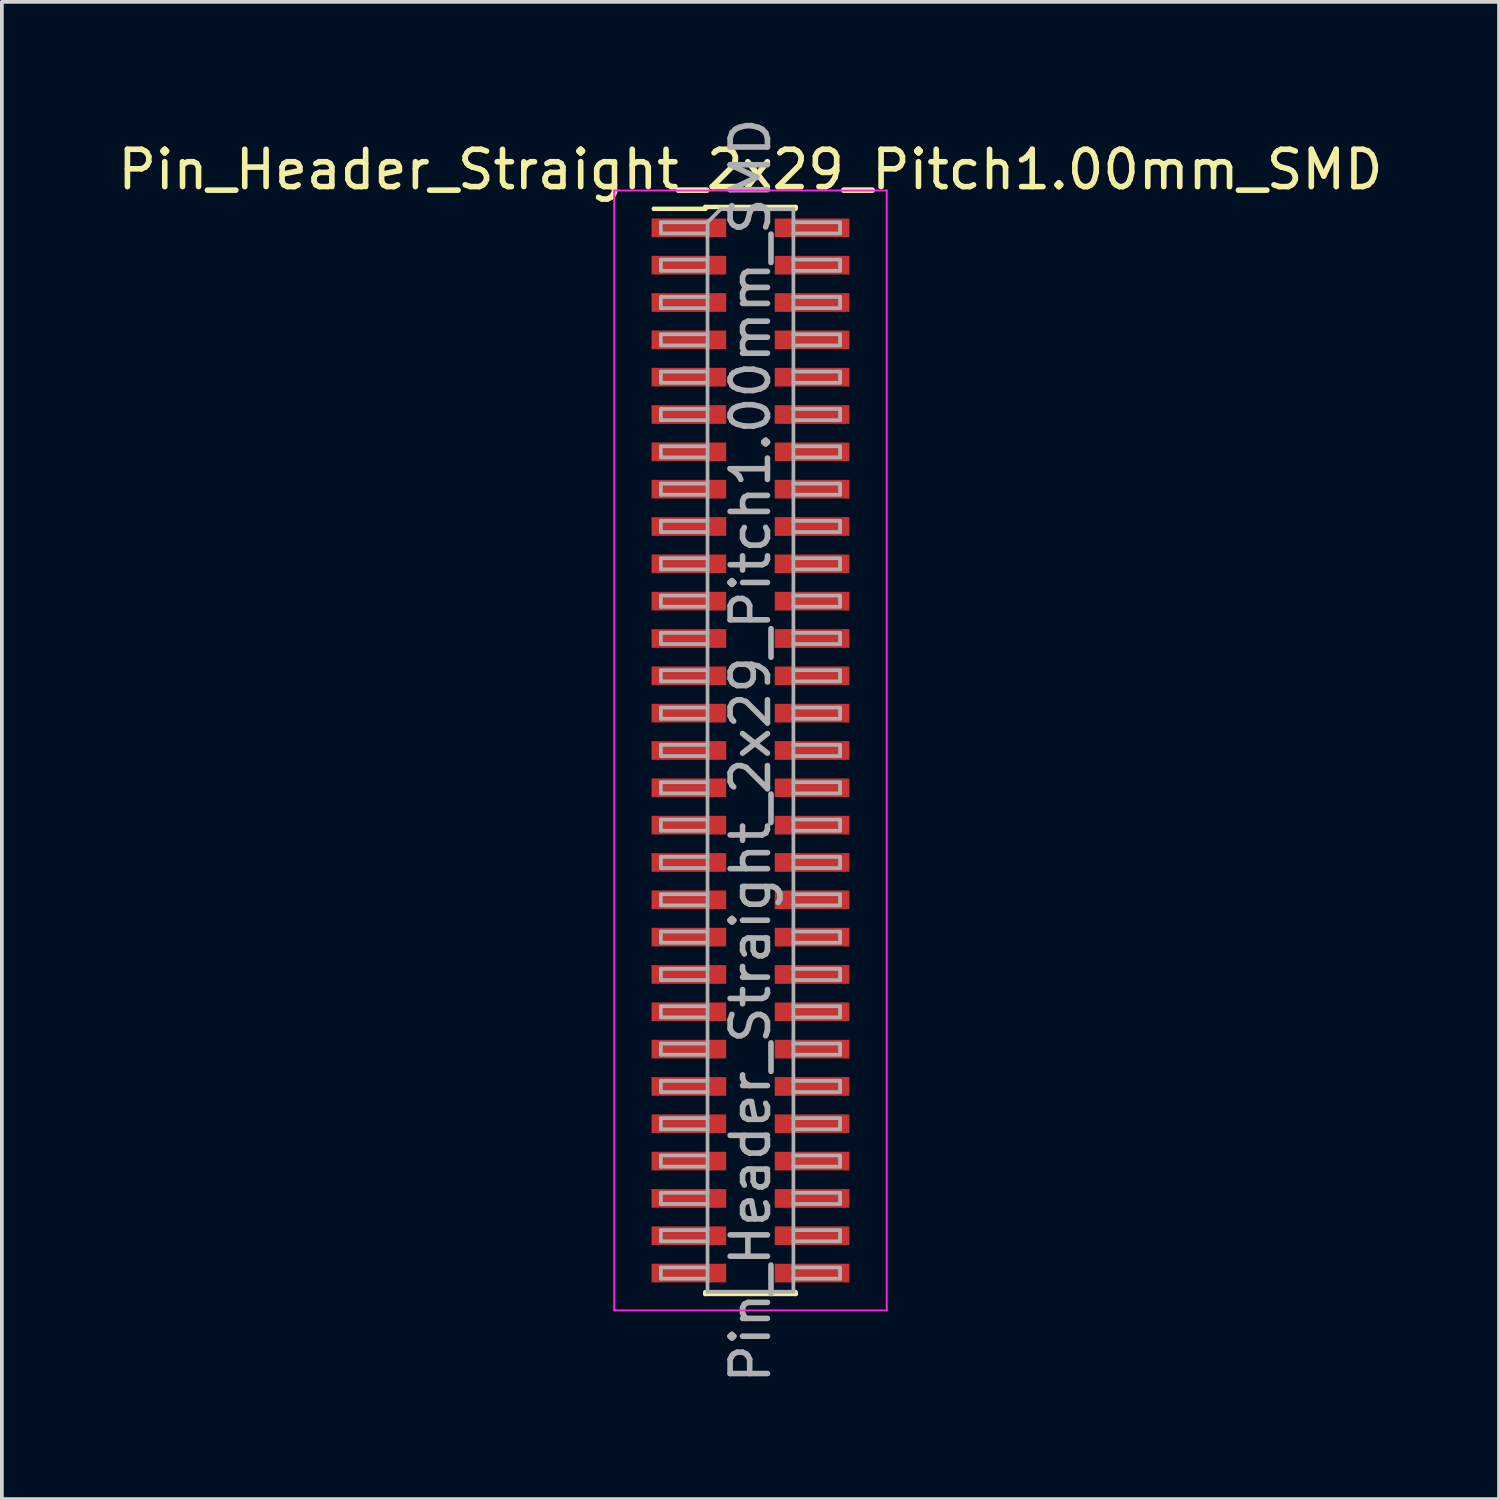
<source format=kicad_pcb>
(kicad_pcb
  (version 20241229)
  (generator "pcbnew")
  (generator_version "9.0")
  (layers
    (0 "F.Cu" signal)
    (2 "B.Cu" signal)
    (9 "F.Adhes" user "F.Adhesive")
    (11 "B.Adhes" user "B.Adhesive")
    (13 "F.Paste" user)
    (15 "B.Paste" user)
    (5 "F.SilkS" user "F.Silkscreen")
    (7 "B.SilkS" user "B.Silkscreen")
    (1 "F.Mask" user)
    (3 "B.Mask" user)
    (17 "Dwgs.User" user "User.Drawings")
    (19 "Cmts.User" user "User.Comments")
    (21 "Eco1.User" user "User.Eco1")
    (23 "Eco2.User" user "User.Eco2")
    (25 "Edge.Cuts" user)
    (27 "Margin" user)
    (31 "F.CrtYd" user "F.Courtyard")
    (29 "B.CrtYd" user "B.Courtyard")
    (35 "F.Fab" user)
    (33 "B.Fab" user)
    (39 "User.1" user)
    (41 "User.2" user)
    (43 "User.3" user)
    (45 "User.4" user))
  (footprint "Pin_Header_Straight_2x29_Pitch1.00mm_SMD"
    (layer "F.Cu")
    (at 17.054 17.054)
    (property "Reference" "Pin_Header_Straight_2x29_Pitch1.00mm_SMD" (at 0 -15.56 0) (layer "F.SilkS") (effects (font (size 1 1) (thickness 0.15))))
    (attr smd)
    (fp_line (start -2.59 -14.51) (end -1.21 -14.51) (stroke (width 0.12) (type solid)) (layer "F.SilkS"))
    (fp_line (start -1.21 -14.56) (end -1.21 -14.51) (stroke (width 0.12) (type solid)) (layer "F.SilkS"))
    (fp_line (start -1.21 -14.56) (end 1.21 -14.56) (stroke (width 0.12) (type solid)) (layer "F.SilkS"))
    (fp_line (start -1.21 14.51) (end -1.21 14.56) (stroke (width 0.12) (type solid)) (layer "F.SilkS"))
    (fp_line (start -1.21 14.56) (end 1.21 14.56) (stroke (width 0.12) (type solid)) (layer "F.SilkS"))
    (fp_line (start 1.21 -14.56) (end 1.21 -14.51) (stroke (width 0.12) (type solid)) (layer "F.SilkS"))
    (fp_line (start 1.21 14.51) (end 1.21 14.56) (stroke (width 0.12) (type solid)) (layer "F.SilkS"))
    (fp_line (start -3.65 -15) (end -3.65 15) (stroke (width 0.05) (type solid)) (layer "F.CrtYd"))
    (fp_line (start -3.65 15) (end 3.65 15) (stroke (width 0.05) (type solid)) (layer "F.CrtYd"))
    (fp_line (start 3.65 -15) (end -3.65 -15) (stroke (width 0.05) (type solid)) (layer "F.CrtYd"))
    (fp_line (start 3.65 15) (end 3.65 -15) (stroke (width 0.05) (type solid)) (layer "F.CrtYd"))
    (fp_line (start -2.4 -14.15) (end -2.4 -13.85) (stroke (width 0.1) (type solid)) (layer "F.Fab"))
    (fp_line (start -2.4 -13.85) (end -1.15 -13.85) (stroke (width 0.1) (type solid)) (layer "F.Fab"))
    (fp_line (start -2.4 -13.15) (end -2.4 -12.85) (stroke (width 0.1) (type solid)) (layer "F.Fab"))
    (fp_line (start -2.4 -12.85) (end -1.15 -12.85) (stroke (width 0.1) (type solid)) (layer "F.Fab"))
    (fp_line (start -2.4 -12.15) (end -2.4 -11.85) (stroke (width 0.1) (type solid)) (layer "F.Fab"))
    (fp_line (start -2.4 -11.85) (end -1.15 -11.85) (stroke (width 0.1) (type solid)) (layer "F.Fab"))
    (fp_line (start -2.4 -11.15) (end -2.4 -10.85) (stroke (width 0.1) (type solid)) (layer "F.Fab"))
    (fp_line (start -2.4 -10.85) (end -1.15 -10.85) (stroke (width 0.1) (type solid)) (layer "F.Fab"))
    (fp_line (start -2.4 -10.15) (end -2.4 -9.85) (stroke (width 0.1) (type solid)) (layer "F.Fab"))
    (fp_line (start -2.4 -9.85) (end -1.15 -9.85) (stroke (width 0.1) (type solid)) (layer "F.Fab"))
    (fp_line (start -2.4 -9.15) (end -2.4 -8.85) (stroke (width 0.1) (type solid)) (layer "F.Fab"))
    (fp_line (start -2.4 -8.85) (end -1.15 -8.85) (stroke (width 0.1) (type solid)) (layer "F.Fab"))
    (fp_line (start -2.4 -8.15) (end -2.4 -7.85) (stroke (width 0.1) (type solid)) (layer "F.Fab"))
    (fp_line (start -2.4 -7.85) (end -1.15 -7.85) (stroke (width 0.1) (type solid)) (layer "F.Fab"))
    (fp_line (start -2.4 -7.15) (end -2.4 -6.85) (stroke (width 0.1) (type solid)) (layer "F.Fab"))
    (fp_line (start -2.4 -6.85) (end -1.15 -6.85) (stroke (width 0.1) (type solid)) (layer "F.Fab"))
    (fp_line (start -2.4 -6.15) (end -2.4 -5.85) (stroke (width 0.1) (type solid)) (layer "F.Fab"))
    (fp_line (start -2.4 -5.85) (end -1.15 -5.85) (stroke (width 0.1) (type solid)) (layer "F.Fab"))
    (fp_line (start -2.4 -5.15) (end -2.4 -4.85) (stroke (width 0.1) (type solid)) (layer "F.Fab"))
    (fp_line (start -2.4 -4.85) (end -1.15 -4.85) (stroke (width 0.1) (type solid)) (layer "F.Fab"))
    (fp_line (start -2.4 -4.15) (end -2.4 -3.85) (stroke (width 0.1) (type solid)) (layer "F.Fab"))
    (fp_line (start -2.4 -3.85) (end -1.15 -3.85) (stroke (width 0.1) (type solid)) (layer "F.Fab"))
    (fp_line (start -2.4 -3.15) (end -2.4 -2.85) (stroke (width 0.1) (type solid)) (layer "F.Fab"))
    (fp_line (start -2.4 -2.85) (end -1.15 -2.85) (stroke (width 0.1) (type solid)) (layer "F.Fab"))
    (fp_line (start -2.4 -2.15) (end -2.4 -1.85) (stroke (width 0.1) (type solid)) (layer "F.Fab"))
    (fp_line (start -2.4 -1.85) (end -1.15 -1.85) (stroke (width 0.1) (type solid)) (layer "F.Fab"))
    (fp_line (start -2.4 -1.15) (end -2.4 -0.85) (stroke (width 0.1) (type solid)) (layer "F.Fab"))
    (fp_line (start -2.4 -0.85) (end -1.15 -0.85) (stroke (width 0.1) (type solid)) (layer "F.Fab"))
    (fp_line (start -2.4 -0.15) (end -2.4 0.15) (stroke (width 0.1) (type solid)) (layer "F.Fab"))
    (fp_line (start -2.4 0.15) (end -1.15 0.15) (stroke (width 0.1) (type solid)) (layer "F.Fab"))
    (fp_line (start -2.4 0.85) (end -2.4 1.15) (stroke (width 0.1) (type solid)) (layer "F.Fab"))
    (fp_line (start -2.4 1.15) (end -1.15 1.15) (stroke (width 0.1) (type solid)) (layer "F.Fab"))
    (fp_line (start -2.4 1.85) (end -2.4 2.15) (stroke (width 0.1) (type solid)) (layer "F.Fab"))
    (fp_line (start -2.4 2.15) (end -1.15 2.15) (stroke (width 0.1) (type solid)) (layer "F.Fab"))
    (fp_line (start -2.4 2.85) (end -2.4 3.15) (stroke (width 0.1) (type solid)) (layer "F.Fab"))
    (fp_line (start -2.4 3.15) (end -1.15 3.15) (stroke (width 0.1) (type solid)) (layer "F.Fab"))
    (fp_line (start -2.4 3.85) (end -2.4 4.15) (stroke (width 0.1) (type solid)) (layer "F.Fab"))
    (fp_line (start -2.4 4.15) (end -1.15 4.15) (stroke (width 0.1) (type solid)) (layer "F.Fab"))
    (fp_line (start -2.4 4.85) (end -2.4 5.15) (stroke (width 0.1) (type solid)) (layer "F.Fab"))
    (fp_line (start -2.4 5.15) (end -1.15 5.15) (stroke (width 0.1) (type solid)) (layer "F.Fab"))
    (fp_line (start -2.4 5.85) (end -2.4 6.15) (stroke (width 0.1) (type solid)) (layer "F.Fab"))
    (fp_line (start -2.4 6.15) (end -1.15 6.15) (stroke (width 0.1) (type solid)) (layer "F.Fab"))
    (fp_line (start -2.4 6.85) (end -2.4 7.15) (stroke (width 0.1) (type solid)) (layer "F.Fab"))
    (fp_line (start -2.4 7.15) (end -1.15 7.15) (stroke (width 0.1) (type solid)) (layer "F.Fab"))
    (fp_line (start -2.4 7.85) (end -2.4 8.15) (stroke (width 0.1) (type solid)) (layer "F.Fab"))
    (fp_line (start -2.4 8.15) (end -1.15 8.15) (stroke (width 0.1) (type solid)) (layer "F.Fab"))
    (fp_line (start -2.4 8.85) (end -2.4 9.15) (stroke (width 0.1) (type solid)) (layer "F.Fab"))
    (fp_line (start -2.4 9.15) (end -1.15 9.15) (stroke (width 0.1) (type solid)) (layer "F.Fab"))
    (fp_line (start -2.4 9.85) (end -2.4 10.15) (stroke (width 0.1) (type solid)) (layer "F.Fab"))
    (fp_line (start -2.4 10.15) (end -1.15 10.15) (stroke (width 0.1) (type solid)) (layer "F.Fab"))
    (fp_line (start -2.4 10.85) (end -2.4 11.15) (stroke (width 0.1) (type solid)) (layer "F.Fab"))
    (fp_line (start -2.4 11.15) (end -1.15 11.15) (stroke (width 0.1) (type solid)) (layer "F.Fab"))
    (fp_line (start -2.4 11.85) (end -2.4 12.15) (stroke (width 0.1) (type solid)) (layer "F.Fab"))
    (fp_line (start -2.4 12.15) (end -1.15 12.15) (stroke (width 0.1) (type solid)) (layer "F.Fab"))
    (fp_line (start -2.4 12.85) (end -2.4 13.15) (stroke (width 0.1) (type solid)) (layer "F.Fab"))
    (fp_line (start -2.4 13.15) (end -1.15 13.15) (stroke (width 0.1) (type solid)) (layer "F.Fab"))
    (fp_line (start -2.4 13.85) (end -2.4 14.15) (stroke (width 0.1) (type solid)) (layer "F.Fab"))
    (fp_line (start -2.4 14.15) (end -1.15 14.15) (stroke (width 0.1) (type solid)) (layer "F.Fab"))
    (fp_line (start -1.15 -14.15) (end -2.4 -14.15) (stroke (width 0.1) (type solid)) (layer "F.Fab"))
    (fp_line (start -1.15 -14.15) (end -0.8 -14.5) (stroke (width 0.1) (type solid)) (layer "F.Fab"))
    (fp_line (start -1.15 -13.15) (end -2.4 -13.15) (stroke (width 0.1) (type solid)) (layer "F.Fab"))
    (fp_line (start -1.15 -12.15) (end -2.4 -12.15) (stroke (width 0.1) (type solid)) (layer "F.Fab"))
    (fp_line (start -1.15 -11.15) (end -2.4 -11.15) (stroke (width 0.1) (type solid)) (layer "F.Fab"))
    (fp_line (start -1.15 -10.15) (end -2.4 -10.15) (stroke (width 0.1) (type solid)) (layer "F.Fab"))
    (fp_line (start -1.15 -9.15) (end -2.4 -9.15) (stroke (width 0.1) (type solid)) (layer "F.Fab"))
    (fp_line (start -1.15 -8.15) (end -2.4 -8.15) (stroke (width 0.1) (type solid)) (layer "F.Fab"))
    (fp_line (start -1.15 -7.15) (end -2.4 -7.15) (stroke (width 0.1) (type solid)) (layer "F.Fab"))
    (fp_line (start -1.15 -6.15) (end -2.4 -6.15) (stroke (width 0.1) (type solid)) (layer "F.Fab"))
    (fp_line (start -1.15 -5.15) (end -2.4 -5.15) (stroke (width 0.1) (type solid)) (layer "F.Fab"))
    (fp_line (start -1.15 -4.15) (end -2.4 -4.15) (stroke (width 0.1) (type solid)) (layer "F.Fab"))
    (fp_line (start -1.15 -3.15) (end -2.4 -3.15) (stroke (width 0.1) (type solid)) (layer "F.Fab"))
    (fp_line (start -1.15 -2.15) (end -2.4 -2.15) (stroke (width 0.1) (type solid)) (layer "F.Fab"))
    (fp_line (start -1.15 -1.15) (end -2.4 -1.15) (stroke (width 0.1) (type solid)) (layer "F.Fab"))
    (fp_line (start -1.15 -0.15) (end -2.4 -0.15) (stroke (width 0.1) (type solid)) (layer "F.Fab"))
    (fp_line (start -1.15 0.85) (end -2.4 0.85) (stroke (width 0.1) (type solid)) (layer "F.Fab"))
    (fp_line (start -1.15 1.85) (end -2.4 1.85) (stroke (width 0.1) (type solid)) (layer "F.Fab"))
    (fp_line (start -1.15 2.85) (end -2.4 2.85) (stroke (width 0.1) (type solid)) (layer "F.Fab"))
    (fp_line (start -1.15 3.85) (end -2.4 3.85) (stroke (width 0.1) (type solid)) (layer "F.Fab"))
    (fp_line (start -1.15 4.85) (end -2.4 4.85) (stroke (width 0.1) (type solid)) (layer "F.Fab"))
    (fp_line (start -1.15 5.85) (end -2.4 5.85) (stroke (width 0.1) (type solid)) (layer "F.Fab"))
    (fp_line (start -1.15 6.85) (end -2.4 6.85) (stroke (width 0.1) (type solid)) (layer "F.Fab"))
    (fp_line (start -1.15 7.85) (end -2.4 7.85) (stroke (width 0.1) (type solid)) (layer "F.Fab"))
    (fp_line (start -1.15 8.85) (end -2.4 8.85) (stroke (width 0.1) (type solid)) (layer "F.Fab"))
    (fp_line (start -1.15 9.85) (end -2.4 9.85) (stroke (width 0.1) (type solid)) (layer "F.Fab"))
    (fp_line (start -1.15 10.85) (end -2.4 10.85) (stroke (width 0.1) (type solid)) (layer "F.Fab"))
    (fp_line (start -1.15 11.85) (end -2.4 11.85) (stroke (width 0.1) (type solid)) (layer "F.Fab"))
    (fp_line (start -1.15 12.85) (end -2.4 12.85) (stroke (width 0.1) (type solid)) (layer "F.Fab"))
    (fp_line (start -1.15 13.85) (end -2.4 13.85) (stroke (width 0.1) (type solid)) (layer "F.Fab"))
    (fp_line (start -1.15 14.5) (end -1.15 -14.15) (stroke (width 0.1) (type solid)) (layer "F.Fab"))
    (fp_line (start -0.8 -14.5) (end 1.15 -14.5) (stroke (width 0.1) (type solid)) (layer "F.Fab"))
    (fp_line (start 1.15 -14.5) (end 1.15 14.5) (stroke (width 0.1) (type solid)) (layer "F.Fab"))
    (fp_line (start 1.15 -14.15) (end 2.4 -14.15) (stroke (width 0.1) (type solid)) (layer "F.Fab"))
    (fp_line (start 1.15 -13.15) (end 2.4 -13.15) (stroke (width 0.1) (type solid)) (layer "F.Fab"))
    (fp_line (start 1.15 -12.15) (end 2.4 -12.15) (stroke (width 0.1) (type solid)) (layer "F.Fab"))
    (fp_line (start 1.15 -11.15) (end 2.4 -11.15) (stroke (width 0.1) (type solid)) (layer "F.Fab"))
    (fp_line (start 1.15 -10.15) (end 2.4 -10.15) (stroke (width 0.1) (type solid)) (layer "F.Fab"))
    (fp_line (start 1.15 -9.15) (end 2.4 -9.15) (stroke (width 0.1) (type solid)) (layer "F.Fab"))
    (fp_line (start 1.15 -8.15) (end 2.4 -8.15) (stroke (width 0.1) (type solid)) (layer "F.Fab"))
    (fp_line (start 1.15 -7.15) (end 2.4 -7.15) (stroke (width 0.1) (type solid)) (layer "F.Fab"))
    (fp_line (start 1.15 -6.15) (end 2.4 -6.15) (stroke (width 0.1) (type solid)) (layer "F.Fab"))
    (fp_line (start 1.15 -5.15) (end 2.4 -5.15) (stroke (width 0.1) (type solid)) (layer "F.Fab"))
    (fp_line (start 1.15 -4.15) (end 2.4 -4.15) (stroke (width 0.1) (type solid)) (layer "F.Fab"))
    (fp_line (start 1.15 -3.15) (end 2.4 -3.15) (stroke (width 0.1) (type solid)) (layer "F.Fab"))
    (fp_line (start 1.15 -2.15) (end 2.4 -2.15) (stroke (width 0.1) (type solid)) (layer "F.Fab"))
    (fp_line (start 1.15 -1.15) (end 2.4 -1.15) (stroke (width 0.1) (type solid)) (layer "F.Fab"))
    (fp_line (start 1.15 -0.15) (end 2.4 -0.15) (stroke (width 0.1) (type solid)) (layer "F.Fab"))
    (fp_line (start 1.15 0.85) (end 2.4 0.85) (stroke (width 0.1) (type solid)) (layer "F.Fab"))
    (fp_line (start 1.15 1.85) (end 2.4 1.85) (stroke (width 0.1) (type solid)) (layer "F.Fab"))
    (fp_line (start 1.15 2.85) (end 2.4 2.85) (stroke (width 0.1) (type solid)) (layer "F.Fab"))
    (fp_line (start 1.15 3.85) (end 2.4 3.85) (stroke (width 0.1) (type solid)) (layer "F.Fab"))
    (fp_line (start 1.15 4.85) (end 2.4 4.85) (stroke (width 0.1) (type solid)) (layer "F.Fab"))
    (fp_line (start 1.15 5.85) (end 2.4 5.85) (stroke (width 0.1) (type solid)) (layer "F.Fab"))
    (fp_line (start 1.15 6.85) (end 2.4 6.85) (stroke (width 0.1) (type solid)) (layer "F.Fab"))
    (fp_line (start 1.15 7.85) (end 2.4 7.85) (stroke (width 0.1) (type solid)) (layer "F.Fab"))
    (fp_line (start 1.15 8.85) (end 2.4 8.85) (stroke (width 0.1) (type solid)) (layer "F.Fab"))
    (fp_line (start 1.15 9.85) (end 2.4 9.85) (stroke (width 0.1) (type solid)) (layer "F.Fab"))
    (fp_line (start 1.15 10.85) (end 2.4 10.85) (stroke (width 0.1) (type solid)) (layer "F.Fab"))
    (fp_line (start 1.15 11.85) (end 2.4 11.85) (stroke (width 0.1) (type solid)) (layer "F.Fab"))
    (fp_line (start 1.15 12.85) (end 2.4 12.85) (stroke (width 0.1) (type solid)) (layer "F.Fab"))
    (fp_line (start 1.15 13.85) (end 2.4 13.85) (stroke (width 0.1) (type solid)) (layer "F.Fab"))
    (fp_line (start 1.15 14.5) (end -1.15 14.5) (stroke (width 0.1) (type solid)) (layer "F.Fab"))
    (fp_line (start 2.4 -14.15) (end 2.4 -13.85) (stroke (width 0.1) (type solid)) (layer "F.Fab"))
    (fp_line (start 2.4 -13.85) (end 1.15 -13.85) (stroke (width 0.1) (type solid)) (layer "F.Fab"))
    (fp_line (start 2.4 -13.15) (end 2.4 -12.85) (stroke (width 0.1) (type solid)) (layer "F.Fab"))
    (fp_line (start 2.4 -12.85) (end 1.15 -12.85) (stroke (width 0.1) (type solid)) (layer "F.Fab"))
    (fp_line (start 2.4 -12.15) (end 2.4 -11.85) (stroke (width 0.1) (type solid)) (layer "F.Fab"))
    (fp_line (start 2.4 -11.85) (end 1.15 -11.85) (stroke (width 0.1) (type solid)) (layer "F.Fab"))
    (fp_line (start 2.4 -11.15) (end 2.4 -10.85) (stroke (width 0.1) (type solid)) (layer "F.Fab"))
    (fp_line (start 2.4 -10.85) (end 1.15 -10.85) (stroke (width 0.1) (type solid)) (layer "F.Fab"))
    (fp_line (start 2.4 -10.15) (end 2.4 -9.85) (stroke (width 0.1) (type solid)) (layer "F.Fab"))
    (fp_line (start 2.4 -9.85) (end 1.15 -9.85) (stroke (width 0.1) (type solid)) (layer "F.Fab"))
    (fp_line (start 2.4 -9.15) (end 2.4 -8.85) (stroke (width 0.1) (type solid)) (layer "F.Fab"))
    (fp_line (start 2.4 -8.85) (end 1.15 -8.85) (stroke (width 0.1) (type solid)) (layer "F.Fab"))
    (fp_line (start 2.4 -8.15) (end 2.4 -7.85) (stroke (width 0.1) (type solid)) (layer "F.Fab"))
    (fp_line (start 2.4 -7.85) (end 1.15 -7.85) (stroke (width 0.1) (type solid)) (layer "F.Fab"))
    (fp_line (start 2.4 -7.15) (end 2.4 -6.85) (stroke (width 0.1) (type solid)) (layer "F.Fab"))
    (fp_line (start 2.4 -6.85) (end 1.15 -6.85) (stroke (width 0.1) (type solid)) (layer "F.Fab"))
    (fp_line (start 2.4 -6.15) (end 2.4 -5.85) (stroke (width 0.1) (type solid)) (layer "F.Fab"))
    (fp_line (start 2.4 -5.85) (end 1.15 -5.85) (stroke (width 0.1) (type solid)) (layer "F.Fab"))
    (fp_line (start 2.4 -5.15) (end 2.4 -4.85) (stroke (width 0.1) (type solid)) (layer "F.Fab"))
    (fp_line (start 2.4 -4.85) (end 1.15 -4.85) (stroke (width 0.1) (type solid)) (layer "F.Fab"))
    (fp_line (start 2.4 -4.15) (end 2.4 -3.85) (stroke (width 0.1) (type solid)) (layer "F.Fab"))
    (fp_line (start 2.4 -3.85) (end 1.15 -3.85) (stroke (width 0.1) (type solid)) (layer "F.Fab"))
    (fp_line (start 2.4 -3.15) (end 2.4 -2.85) (stroke (width 0.1) (type solid)) (layer "F.Fab"))
    (fp_line (start 2.4 -2.85) (end 1.15 -2.85) (stroke (width 0.1) (type solid)) (layer "F.Fab"))
    (fp_line (start 2.4 -2.15) (end 2.4 -1.85) (stroke (width 0.1) (type solid)) (layer "F.Fab"))
    (fp_line (start 2.4 -1.85) (end 1.15 -1.85) (stroke (width 0.1) (type solid)) (layer "F.Fab"))
    (fp_line (start 2.4 -1.15) (end 2.4 -0.85) (stroke (width 0.1) (type solid)) (layer "F.Fab"))
    (fp_line (start 2.4 -0.85) (end 1.15 -0.85) (stroke (width 0.1) (type solid)) (layer "F.Fab"))
    (fp_line (start 2.4 -0.15) (end 2.4 0.15) (stroke (width 0.1) (type solid)) (layer "F.Fab"))
    (fp_line (start 2.4 0.15) (end 1.15 0.15) (stroke (width 0.1) (type solid)) (layer "F.Fab"))
    (fp_line (start 2.4 0.85) (end 2.4 1.15) (stroke (width 0.1) (type solid)) (layer "F.Fab"))
    (fp_line (start 2.4 1.15) (end 1.15 1.15) (stroke (width 0.1) (type solid)) (layer "F.Fab"))
    (fp_line (start 2.4 1.85) (end 2.4 2.15) (stroke (width 0.1) (type solid)) (layer "F.Fab"))
    (fp_line (start 2.4 2.15) (end 1.15 2.15) (stroke (width 0.1) (type solid)) (layer "F.Fab"))
    (fp_line (start 2.4 2.85) (end 2.4 3.15) (stroke (width 0.1) (type solid)) (layer "F.Fab"))
    (fp_line (start 2.4 3.15) (end 1.15 3.15) (stroke (width 0.1) (type solid)) (layer "F.Fab"))
    (fp_line (start 2.4 3.85) (end 2.4 4.15) (stroke (width 0.1) (type solid)) (layer "F.Fab"))
    (fp_line (start 2.4 4.15) (end 1.15 4.15) (stroke (width 0.1) (type solid)) (layer "F.Fab"))
    (fp_line (start 2.4 4.85) (end 2.4 5.15) (stroke (width 0.1) (type solid)) (layer "F.Fab"))
    (fp_line (start 2.4 5.15) (end 1.15 5.15) (stroke (width 0.1) (type solid)) (layer "F.Fab"))
    (fp_line (start 2.4 5.85) (end 2.4 6.15) (stroke (width 0.1) (type solid)) (layer "F.Fab"))
    (fp_line (start 2.4 6.15) (end 1.15 6.15) (stroke (width 0.1) (type solid)) (layer "F.Fab"))
    (fp_line (start 2.4 6.85) (end 2.4 7.15) (stroke (width 0.1) (type solid)) (layer "F.Fab"))
    (fp_line (start 2.4 7.15) (end 1.15 7.15) (stroke (width 0.1) (type solid)) (layer "F.Fab"))
    (fp_line (start 2.4 7.85) (end 2.4 8.15) (stroke (width 0.1) (type solid)) (layer "F.Fab"))
    (fp_line (start 2.4 8.15) (end 1.15 8.15) (stroke (width 0.1) (type solid)) (layer "F.Fab"))
    (fp_line (start 2.4 8.85) (end 2.4 9.15) (stroke (width 0.1) (type solid)) (layer "F.Fab"))
    (fp_line (start 2.4 9.15) (end 1.15 9.15) (stroke (width 0.1) (type solid)) (layer "F.Fab"))
    (fp_line (start 2.4 9.85) (end 2.4 10.15) (stroke (width 0.1) (type solid)) (layer "F.Fab"))
    (fp_line (start 2.4 10.15) (end 1.15 10.15) (stroke (width 0.1) (type solid)) (layer "F.Fab"))
    (fp_line (start 2.4 10.85) (end 2.4 11.15) (stroke (width 0.1) (type solid)) (layer "F.Fab"))
    (fp_line (start 2.4 11.15) (end 1.15 11.15) (stroke (width 0.1) (type solid)) (layer "F.Fab"))
    (fp_line (start 2.4 11.85) (end 2.4 12.15) (stroke (width 0.1) (type solid)) (layer "F.Fab"))
    (fp_line (start 2.4 12.15) (end 1.15 12.15) (stroke (width 0.1) (type solid)) (layer "F.Fab"))
    (fp_line (start 2.4 12.85) (end 2.4 13.15) (stroke (width 0.1) (type solid)) (layer "F.Fab"))
    (fp_line (start 2.4 13.15) (end 1.15 13.15) (stroke (width 0.1) (type solid)) (layer "F.Fab"))
    (fp_line (start 2.4 13.85) (end 2.4 14.15) (stroke (width 0.1) (type solid)) (layer "F.Fab"))
    (fp_line (start 2.4 14.15) (end 1.15 14.15) (stroke (width 0.1) (type solid)) (layer "F.Fab"))
    (fp_text user "${REFERENCE}" (at 0 0 90) (layer "F.Fab") (effects (font (size 1 1) (thickness 0.15))))
    (pad "1" smd rect (at -1.65 -14) (size 2 0.5) (layers "F.Cu" "F.Mask" "F.Paste"))
    (pad "2" smd rect (at 1.65 -14) (size 2 0.5) (layers "F.Cu" "F.Mask" "F.Paste"))
    (pad "3" smd rect (at -1.65 -13) (size 2 0.5) (layers "F.Cu" "F.Mask" "F.Paste"))
    (pad "4" smd rect (at 1.65 -13) (size 2 0.5) (layers "F.Cu" "F.Mask" "F.Paste"))
    (pad "5" smd rect (at -1.65 -12) (size 2 0.5) (layers "F.Cu" "F.Mask" "F.Paste"))
    (pad "6" smd rect (at 1.65 -12) (size 2 0.5) (layers "F.Cu" "F.Mask" "F.Paste"))
    (pad "7" smd rect (at -1.65 -11) (size 2 0.5) (layers "F.Cu" "F.Mask" "F.Paste"))
    (pad "8" smd rect (at 1.65 -11) (size 2 0.5) (layers "F.Cu" "F.Mask" "F.Paste"))
    (pad "9" smd rect (at -1.65 -10) (size 2 0.5) (layers "F.Cu" "F.Mask" "F.Paste"))
    (pad "10" smd rect (at 1.65 -10) (size 2 0.5) (layers "F.Cu" "F.Mask" "F.Paste"))
    (pad "11" smd rect (at -1.65 -9) (size 2 0.5) (layers "F.Cu" "F.Mask" "F.Paste"))
    (pad "12" smd rect (at 1.65 -9) (size 2 0.5) (layers "F.Cu" "F.Mask" "F.Paste"))
    (pad "13" smd rect (at -1.65 -8) (size 2 0.5) (layers "F.Cu" "F.Mask" "F.Paste"))
    (pad "14" smd rect (at 1.65 -8) (size 2 0.5) (layers "F.Cu" "F.Mask" "F.Paste"))
    (pad "15" smd rect (at -1.65 -7) (size 2 0.5) (layers "F.Cu" "F.Mask" "F.Paste"))
    (pad "16" smd rect (at 1.65 -7) (size 2 0.5) (layers "F.Cu" "F.Mask" "F.Paste"))
    (pad "17" smd rect (at -1.65 -6) (size 2 0.5) (layers "F.Cu" "F.Mask" "F.Paste"))
    (pad "18" smd rect (at 1.65 -6) (size 2 0.5) (layers "F.Cu" "F.Mask" "F.Paste"))
    (pad "19" smd rect (at -1.65 -5) (size 2 0.5) (layers "F.Cu" "F.Mask" "F.Paste"))
    (pad "20" smd rect (at 1.65 -5) (size 2 0.5) (layers "F.Cu" "F.Mask" "F.Paste"))
    (pad "21" smd rect (at -1.65 -4) (size 2 0.5) (layers "F.Cu" "F.Mask" "F.Paste"))
    (pad "22" smd rect (at 1.65 -4) (size 2 0.5) (layers "F.Cu" "F.Mask" "F.Paste"))
    (pad "23" smd rect (at -1.65 -3) (size 2 0.5) (layers "F.Cu" "F.Mask" "F.Paste"))
    (pad "24" smd rect (at 1.65 -3) (size 2 0.5) (layers "F.Cu" "F.Mask" "F.Paste"))
    (pad "25" smd rect (at -1.65 -2) (size 2 0.5) (layers "F.Cu" "F.Mask" "F.Paste"))
    (pad "26" smd rect (at 1.65 -2) (size 2 0.5) (layers "F.Cu" "F.Mask" "F.Paste"))
    (pad "27" smd rect (at -1.65 -1) (size 2 0.5) (layers "F.Cu" "F.Mask" "F.Paste"))
    (pad "28" smd rect (at 1.65 -1) (size 2 0.5) (layers "F.Cu" "F.Mask" "F.Paste"))
    (pad "29" smd rect (at -1.65 0) (size 2 0.5) (layers "F.Cu" "F.Mask" "F.Paste"))
    (pad "30" smd rect (at 1.65 0) (size 2 0.5) (layers "F.Cu" "F.Mask" "F.Paste"))
    (pad "31" smd rect (at -1.65 1) (size 2 0.5) (layers "F.Cu" "F.Mask" "F.Paste"))
    (pad "32" smd rect (at 1.65 1) (size 2 0.5) (layers "F.Cu" "F.Mask" "F.Paste"))
    (pad "33" smd rect (at -1.65 2) (size 2 0.5) (layers "F.Cu" "F.Mask" "F.Paste"))
    (pad "34" smd rect (at 1.65 2) (size 2 0.5) (layers "F.Cu" "F.Mask" "F.Paste"))
    (pad "35" smd rect (at -1.65 3) (size 2 0.5) (layers "F.Cu" "F.Mask" "F.Paste"))
    (pad "36" smd rect (at 1.65 3) (size 2 0.5) (layers "F.Cu" "F.Mask" "F.Paste"))
    (pad "37" smd rect (at -1.65 4) (size 2 0.5) (layers "F.Cu" "F.Mask" "F.Paste"))
    (pad "38" smd rect (at 1.65 4) (size 2 0.5) (layers "F.Cu" "F.Mask" "F.Paste"))
    (pad "39" smd rect (at -1.65 5) (size 2 0.5) (layers "F.Cu" "F.Mask" "F.Paste"))
    (pad "40" smd rect (at 1.65 5) (size 2 0.5) (layers "F.Cu" "F.Mask" "F.Paste"))
    (pad "41" smd rect (at -1.65 6) (size 2 0.5) (layers "F.Cu" "F.Mask" "F.Paste"))
    (pad "42" smd rect (at 1.65 6) (size 2 0.5) (layers "F.Cu" "F.Mask" "F.Paste"))
    (pad "43" smd rect (at -1.65 7) (size 2 0.5) (layers "F.Cu" "F.Mask" "F.Paste"))
    (pad "44" smd rect (at 1.65 7) (size 2 0.5) (layers "F.Cu" "F.Mask" "F.Paste"))
    (pad "45" smd rect (at -1.65 8) (size 2 0.5) (layers "F.Cu" "F.Mask" "F.Paste"))
    (pad "46" smd rect (at 1.65 8) (size 2 0.5) (layers "F.Cu" "F.Mask" "F.Paste"))
    (pad "47" smd rect (at -1.65 9) (size 2 0.5) (layers "F.Cu" "F.Mask" "F.Paste"))
    (pad "48" smd rect (at 1.65 9) (size 2 0.5) (layers "F.Cu" "F.Mask" "F.Paste"))
    (pad "49" smd rect (at -1.65 10) (size 2 0.5) (layers "F.Cu" "F.Mask" "F.Paste"))
    (pad "50" smd rect (at 1.65 10) (size 2 0.5) (layers "F.Cu" "F.Mask" "F.Paste"))
    (pad "51" smd rect (at -1.65 11) (size 2 0.5) (layers "F.Cu" "F.Mask" "F.Paste"))
    (pad "52" smd rect (at 1.65 11) (size 2 0.5) (layers "F.Cu" "F.Mask" "F.Paste"))
    (pad "53" smd rect (at -1.65 12) (size 2 0.5) (layers "F.Cu" "F.Mask" "F.Paste"))
    (pad "54" smd rect (at 1.65 12) (size 2 0.5) (layers "F.Cu" "F.Mask" "F.Paste"))
    (pad "55" smd rect (at -1.65 13) (size 2 0.5) (layers "F.Cu" "F.Mask" "F.Paste"))
    (pad "56" smd rect (at 1.65 13) (size 2 0.5) (layers "F.Cu" "F.Mask" "F.Paste"))
    (pad "57" smd rect (at -1.65 14) (size 2 0.5) (layers "F.Cu" "F.Mask" "F.Paste"))
    (pad "58" smd rect (at 1.65 14) (size 2 0.5) (layers "F.Cu" "F.Mask" "F.Paste")))
  (gr_rect
    (start -3 -3)
    (end 37.107 37.107)
    (stroke (width 0.1) (type default))
    (fill no)
    (layer "Edge.Cuts")))
</source>
